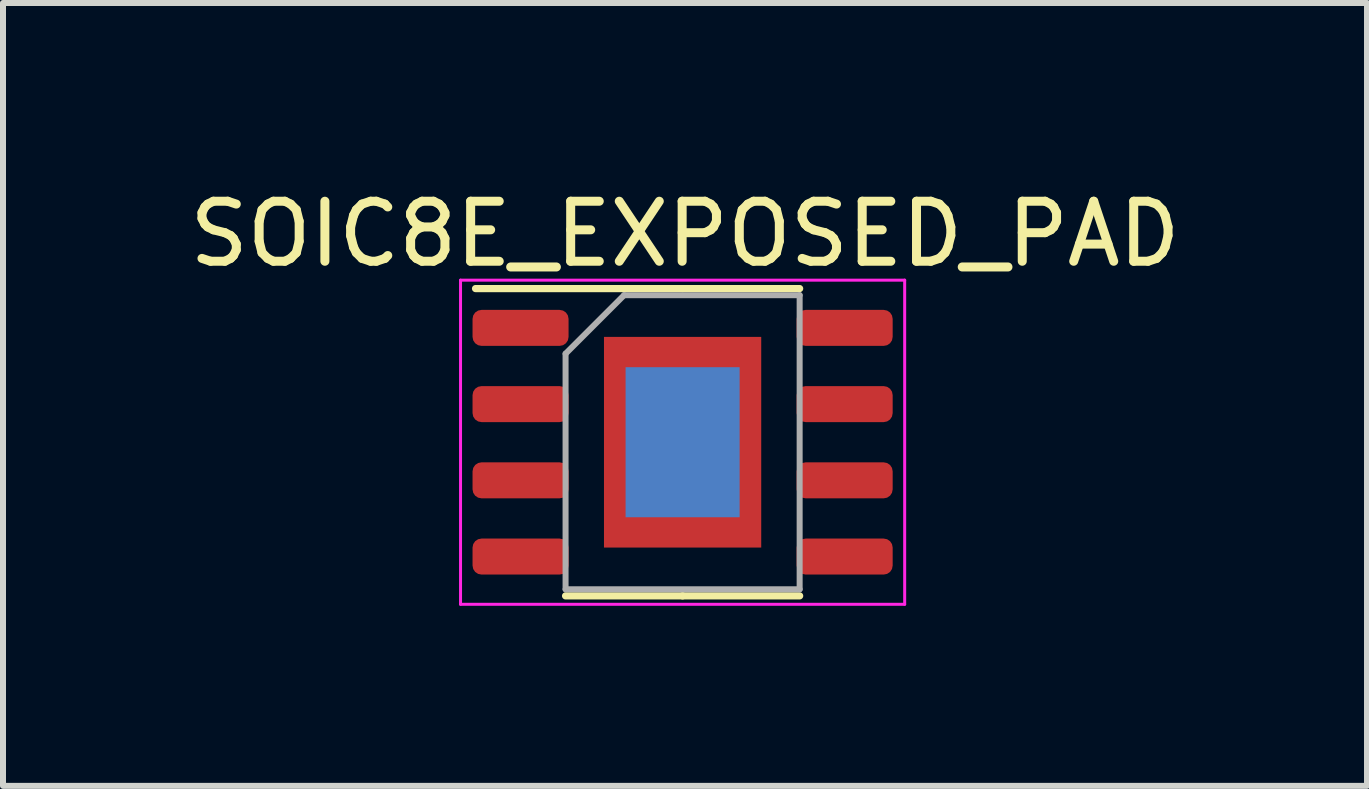
<source format=kicad_pcb>
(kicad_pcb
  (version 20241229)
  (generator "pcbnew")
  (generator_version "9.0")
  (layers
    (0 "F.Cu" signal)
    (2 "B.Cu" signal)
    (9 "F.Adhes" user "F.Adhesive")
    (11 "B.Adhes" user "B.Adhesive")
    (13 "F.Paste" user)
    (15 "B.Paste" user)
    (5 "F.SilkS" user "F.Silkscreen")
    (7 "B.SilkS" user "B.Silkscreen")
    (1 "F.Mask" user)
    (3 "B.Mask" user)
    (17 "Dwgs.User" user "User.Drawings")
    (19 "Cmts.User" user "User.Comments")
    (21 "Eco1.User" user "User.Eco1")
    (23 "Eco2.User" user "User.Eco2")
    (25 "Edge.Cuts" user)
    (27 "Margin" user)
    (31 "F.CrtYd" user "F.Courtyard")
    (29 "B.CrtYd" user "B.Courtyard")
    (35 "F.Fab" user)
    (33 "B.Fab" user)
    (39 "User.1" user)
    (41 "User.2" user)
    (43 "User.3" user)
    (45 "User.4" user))
  (footprint "SOIC8E_EXPOSED_PAD"
    (layer "F.Cu")
    (at 8.323 4.318)
    (property "Reference" "SOIC8E_EXPOSED_PAD" (at 0.04 -3.47 0) (unlocked yes) (layer "F.SilkS") (effects (font (size 1 1) (thickness 0.15))))
    (attr smd)
    (fp_line (start 0 -2.56) (end -3.45 -2.56) (stroke (width 0.12) (type solid)) (layer "F.SilkS"))
    (fp_line (start 0 -2.56) (end 1.95 -2.56) (stroke (width 0.12) (type solid)) (layer "F.SilkS"))
    (fp_line (start 0 2.56) (end -1.95 2.56) (stroke (width 0.12) (type solid)) (layer "F.SilkS"))
    (fp_line (start 0 2.56) (end 1.95 2.56) (stroke (width 0.12) (type solid)) (layer "F.SilkS"))
    (fp_line (start -3.7 -2.7) (end -3.7 2.7) (stroke (width 0.05) (type solid)) (layer "F.CrtYd"))
    (fp_line (start -3.7 2.7) (end 3.7 2.7) (stroke (width 0.05) (type solid)) (layer "F.CrtYd"))
    (fp_line (start 3.7 -2.7) (end -3.7 -2.7) (stroke (width 0.05) (type solid)) (layer "F.CrtYd"))
    (fp_line (start 3.7 2.7) (end 3.7 -2.7) (stroke (width 0.05) (type solid)) (layer "F.CrtYd"))
    (fp_line (start -1.95 -1.475) (end -0.975 -2.45) (stroke (width 0.1) (type solid)) (layer "F.Fab"))
    (fp_line (start -1.95 2.45) (end -1.95 -1.475) (stroke (width 0.1) (type solid)) (layer "F.Fab"))
    (fp_line (start -0.975 -2.45) (end 1.95 -2.45) (stroke (width 0.1) (type solid)) (layer "F.Fab"))
    (fp_line (start 1.95 -2.45) (end 1.95 2.45) (stroke (width 0.1) (type solid)) (layer "F.Fab"))
    (fp_line (start 1.95 2.45) (end -1.95 2.45) (stroke (width 0.1) (type solid)) (layer "F.Fab"))
    (pad "" smd roundrect (at -0.655 -0.875) (size 1.1 1.47) (layers "F.Paste") (roundrect_rratio 0.227))
    (pad "" smd roundrect (at -0.655 0.875) (size 1.1 1.47) (layers "F.Paste") (roundrect_rratio 0.227))
    (pad "" smd roundrect (at 0.655 -0.875) (size 1.1 1.47) (layers "F.Paste") (roundrect_rratio 0.227))
    (pad "" smd roundrect (at 0.655 0.875) (size 1.1 1.47) (layers "F.Paste") (roundrect_rratio 0.227))
    (pad "1" smd roundrect (at -2.7 -1.905) (size 1.6 0.6) (layers "F.Cu" "F.Mask" "F.Paste") (roundrect_rratio 0.25))
    (pad "2" smd roundrect (at -2.7 -0.635) (size 1.6 0.6) (layers "F.Cu" "F.Mask" "F.Paste") (roundrect_rratio 0.25))
    (pad "3" smd roundrect (at -2.7 0.635) (size 1.6 0.6) (layers "F.Cu" "F.Mask" "F.Paste") (roundrect_rratio 0.25))
    (pad "4" smd roundrect (at -2.7 1.905) (size 1.6 0.6) (layers "F.Cu" "F.Mask" "F.Paste") (roundrect_rratio 0.25))
    (pad "5" smd roundrect (at 2.7 1.905) (size 1.6 0.6) (layers "F.Cu" "F.Mask" "F.Paste") (roundrect_rratio 0.25))
    (pad "6" smd roundrect (at 2.7 0.635) (size 1.6 0.6) (layers "F.Cu" "F.Mask" "F.Paste") (roundrect_rratio 0.25))
    (pad "7" smd roundrect (at 2.7 -0.635) (size 1.6 0.6) (layers "F.Cu" "F.Mask" "F.Paste") (roundrect_rratio 0.25))
    (pad "8" smd roundrect (at 2.7 -1.905) (size 1.6 0.6) (layers "F.Cu" "F.Mask" "F.Paste") (roundrect_rratio 0.25))
    (pad "9" smd rect (at 0 0) (size 1.9 2.5) (layers "B.Cu"))
    (pad "9" smd rect (at 0 0) (size 2.62 3.51) (layers "F.Cu" "F.Mask")))
  (gr_rect
    (start -3 -3)
    (end 19.726 10.043)
    (stroke (width 0.1) (type default))
    (fill no)
    (layer "Edge.Cuts")))
</source>
